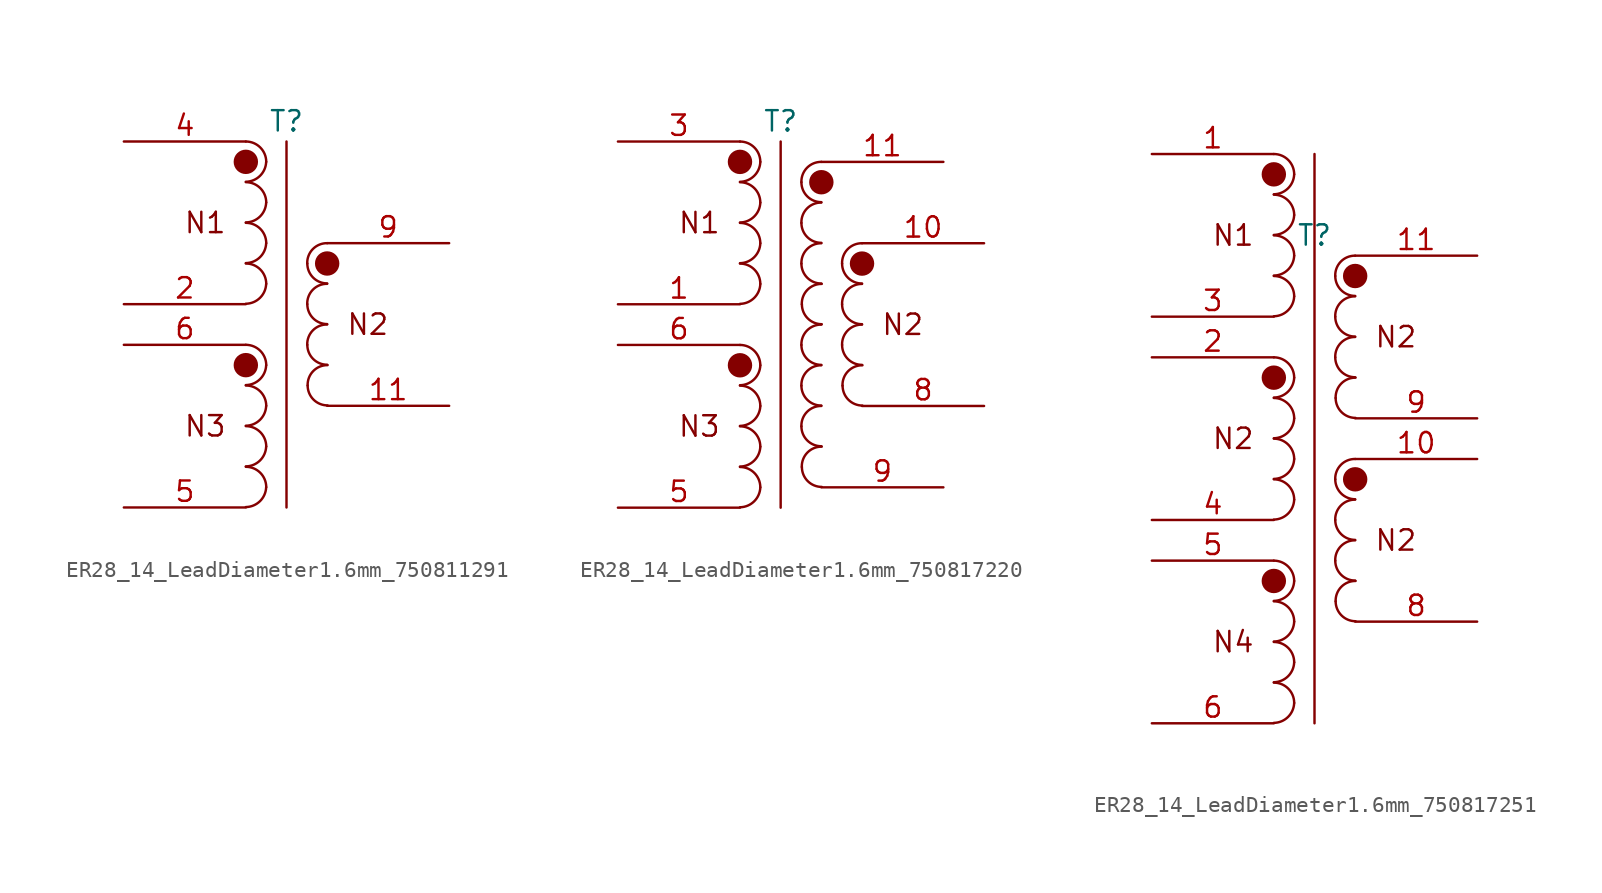
<source format=kicad_sym>
(kicad_symbol_lib
  (version 20220914)
  (generator kicad_symbol_editor)
  (symbol "ER28_14_LeadDiameter1.6mm_750811291"
    (pin_names hide)
    (property "Reference" "T"
      (at 0 12.7 0)
      (effects (font (size 1.27 1.27))))
    (symbol "ER28_14_LeadDiameter1.6mm_750811291_0_1"
      (arc (start -2.54 -11.4046) (mid -1.6561 -11.0363) (end -1.27 -10.16) (stroke (width 0) (type default)) (fill (type none)))
      (arc (start -2.54 -8.8646) (mid -1.6561 -8.4963) (end -1.27 -7.62) (stroke (width 0) (type default)) (fill (type none)))
      (arc (start -2.54 -6.3246) (mid -1.6561 -5.9563) (end -1.27 -5.08) (stroke (width 0) (type default)) (fill (type none)))
      (arc (start -2.54 -3.7846) (mid -1.6561 -3.4163) (end -1.27 -2.54) (stroke (width 0) (type default)) (fill (type none)))
      (arc (start -2.54 1.2954) (mid -1.6561 1.6637) (end -1.27 2.54) (stroke (width 0) (type default)) (fill (type none)))
      (arc (start -2.54 3.8354) (mid -1.6561 4.2037) (end -1.27 5.08) (stroke (width 0) (type default)) (fill (type none)))
      (arc (start -2.54 6.3754) (mid -1.6561 6.7437) (end -1.27 7.62) (stroke (width 0) (type default)) (fill (type none)))
      (arc (start -2.54 8.9154) (mid -1.6561 9.2837) (end -1.27 10.16) (stroke (width 0) (type default)) (fill (type none)))
      (arc (start -1.27 -10.16) (mid -1.642 -9.262) (end -2.54 -8.89) (stroke (width 0) (type default)) (fill (type none)))
      (arc (start -1.27 -7.62) (mid -1.642 -6.722) (end -2.54 -6.35) (stroke (width 0) (type default)) (fill (type none)))
      (arc (start -1.27 -5.08) (mid -1.642 -4.182) (end -2.54 -3.81) (stroke (width 0) (type default)) (fill (type none)))
      (arc (start -1.27 -2.54) (mid -1.642 -1.642) (end -2.54 -1.27) (stroke (width 0) (type default)) (fill (type none)))
      (arc (start -1.27 2.54) (mid -1.642 3.438) (end -2.54 3.81) (stroke (width 0) (type default)) (fill (type none)))
      (arc (start -1.27 5.08) (mid -1.642 5.978) (end -2.54 6.35) (stroke (width 0) (type default)) (fill (type none)))
      (arc (start -1.27 7.62) (mid -1.642 8.518) (end -2.54 8.89) (stroke (width 0) (type default)) (fill (type none)))
      (arc (start -1.27 10.16) (mid -1.642 11.058) (end -2.54 11.43) (stroke (width 0) (type default)) (fill (type none)))
      (polyline (pts (xy 0 11.43) (xy 0 -11.43)) (stroke (width 0) (type default)) (fill (type none)))
      (arc (start 1.2954 -1.27) (mid 1.6599 -2.1501) (end 2.54 -2.5146) (stroke (width 0) (type default)) (fill (type none)))
      (arc (start 1.2954 1.27) (mid 1.6599 0.3899) (end 2.54 0.0254) (stroke (width 0) (type default)) (fill (type none)))
      (arc (start 1.2954 3.81) (mid 1.6599 2.9299) (end 2.54 2.5654) (stroke (width 0) (type default)) (fill (type none)))
      (arc (start 1.3208 -3.81) (mid 1.6853 -4.6901) (end 2.5654 -5.0546) (stroke (width 0) (type default)) (fill (type none)))
      (arc (start 2.54 0) (mid 1.642 -0.372) (end 1.2954 -1.27) (stroke (width 0) (type default)) (fill (type none)))
      (arc (start 2.54 2.54) (mid 1.642 2.168) (end 1.2954 1.27) (stroke (width 0) (type default)) (fill (type none)))
      (arc (start 2.54 5.08) (mid 1.642 4.708) (end 1.2954 3.81) (stroke (width 0) (type default)) (fill (type none)))
      (arc (start 2.5654 -2.54) (mid 1.6674 -2.912) (end 1.3208 -3.81) (stroke (width 0) (type default)) (fill (type none))))
    (symbol "ER28_14_LeadDiameter1.6mm_750811291_1_1"
      (circle (center -2.54 -2.54) (radius 0.0001) (stroke (width 0.762) (type default)) (fill (type none)))
      (circle (center -2.54 10.16) (radius 0.0001) (stroke (width 0.762) (type default)) (fill (type none)))
      (circle (center 2.54 3.81) (radius 0.0001) (stroke (width 0.762) (type default)) (fill (type none)))
      (text "N1" (at -5.08 6.35 0) (effects (font (size 1.27 1.27))))
      (text "N2" (at 5.08 0 0) (effects (font (size 1.27 1.27))))
      (text "N3" (at -5.08 -6.35 0) (effects (font (size 1.27 1.27))))
      (pin passive line (at 10.16 -5.08 180) (length 7.62) (name "11" (effects (font (size 1.27 1.27)))) (number "11" (effects (font (size 1.27 1.27)))))
      (pin passive line (at -10.16 1.27 0) (length 7.62) (name "2" (effects (font (size 1.27 1.27)))) (number "2" (effects (font (size 1.27 1.27)))))
      (pin passive line (at -10.16 11.43 0) (length 7.62) (name "4" (effects (font (size 1.27 1.27)))) (number "4" (effects (font (size 1.27 1.27)))))
      (pin passive line (at -10.16 -11.43 0) (length 7.62) (name "5" (effects (font (size 1.27 1.27)))) (number "5" (effects (font (size 1.27 1.27)))))
      (pin passive line (at -10.16 -1.27 0) (length 7.62) (name "6" (effects (font (size 1.27 1.27)))) (number "6" (effects (font (size 1.27 1.27)))))
      (pin passive line (at 10.16 5.08 180) (length 7.62) (name "9" (effects (font (size 1.27 1.27)))) (number "9" (effects (font (size 1.27 1.27)))))))
  (symbol "ER28_14_LeadDiameter1.6mm_750817220"
    (pin_names hide)
    (property "Reference" "T"
      (at 0 12.7 0)
      (effects (font (size 1.27 1.27))))
    (symbol "ER28_14_LeadDiameter1.6mm_750817220_0_1"
      (arc (start -2.54 -11.4046) (mid -1.6561 -11.0363) (end -1.27 -10.16) (stroke (width 0) (type default)) (fill (type none)))
      (arc (start -2.54 -8.8646) (mid -1.6561 -8.4963) (end -1.27 -7.62) (stroke (width 0) (type default)) (fill (type none)))
      (arc (start -2.54 -6.3246) (mid -1.6561 -5.9563) (end -1.27 -5.08) (stroke (width 0) (type default)) (fill (type none)))
      (arc (start -2.54 -3.7846) (mid -1.6561 -3.4163) (end -1.27 -2.54) (stroke (width 0) (type default)) (fill (type none)))
      (arc (start -2.54 1.2954) (mid -1.6561 1.6637) (end -1.27 2.54) (stroke (width 0) (type default)) (fill (type none)))
      (arc (start -2.54 3.8354) (mid -1.6561 4.2037) (end -1.27 5.08) (stroke (width 0) (type default)) (fill (type none)))
      (arc (start -2.54 6.3754) (mid -1.6561 6.7437) (end -1.27 7.62) (stroke (width 0) (type default)) (fill (type none)))
      (arc (start -2.54 8.9154) (mid -1.6561 9.2837) (end -1.27 10.16) (stroke (width 0) (type default)) (fill (type none)))
      (arc (start -1.27 -10.16) (mid -1.642 -9.262) (end -2.54 -8.89) (stroke (width 0) (type default)) (fill (type none)))
      (arc (start -1.27 -7.62) (mid -1.642 -6.722) (end -2.54 -6.35) (stroke (width 0) (type default)) (fill (type none)))
      (arc (start -1.27 -5.08) (mid -1.642 -4.182) (end -2.54 -3.81) (stroke (width 0) (type default)) (fill (type none)))
      (arc (start -1.27 -2.54) (mid -1.642 -1.642) (end -2.54 -1.27) (stroke (width 0) (type default)) (fill (type none)))
      (arc (start -1.27 2.54) (mid -1.642 3.438) (end -2.54 3.81) (stroke (width 0) (type default)) (fill (type none)))
      (arc (start -1.27 5.08) (mid -1.642 5.978) (end -2.54 6.35) (stroke (width 0) (type default)) (fill (type none)))
      (arc (start -1.27 7.62) (mid -1.642 8.518) (end -2.54 8.89) (stroke (width 0) (type default)) (fill (type none)))
      (arc (start -1.27 10.16) (mid -1.642 11.058) (end -2.54 11.43) (stroke (width 0) (type default)) (fill (type none)))
      (polyline (pts (xy 0 11.43) (xy 0 -11.43)) (stroke (width 0) (type default)) (fill (type none)))
      (arc (start 1.2954 -6.35) (mid 1.6599 -7.2301) (end 2.54 -7.5946) (stroke (width 0) (type default)) (fill (type none)))
      (arc (start 1.2954 -3.81) (mid 1.6599 -4.6901) (end 2.54 -5.0546) (stroke (width 0) (type default)) (fill (type none)))
      (arc (start 1.2954 -1.27) (mid 1.6599 -2.1501) (end 2.54 -2.5146) (stroke (width 0) (type default)) (fill (type none)))
      (arc (start 1.2954 3.81) (mid 1.6599 2.9299) (end 2.54 2.5654) (stroke (width 0) (type default)) (fill (type none)))
      (arc (start 1.2954 6.35) (mid 1.6599 5.4699) (end 2.54 5.1054) (stroke (width 0) (type default)) (fill (type none)))
      (arc (start 1.2954 8.89) (mid 1.6599 8.0099) (end 2.54 7.6454) (stroke (width 0) (type default)) (fill (type none)))
      (arc (start 1.3208 -8.89) (mid 1.6854 -9.7699) (end 2.5654 -10.1346) (stroke (width 0) (type default)) (fill (type none)))
      (arc (start 1.3208 1.27) (mid 1.6854 0.3901) (end 2.5654 0.0254) (stroke (width 0) (type default)) (fill (type none)))
      (arc (start 2.54 -5.08) (mid 1.6458 -5.4485) (end 1.2954 -6.35) (stroke (width 0) (type default)) (fill (type none)))
      (arc (start 2.54 -2.54) (mid 1.6458 -2.9085) (end 1.2954 -3.81) (stroke (width 0) (type default)) (fill (type none)))
      (arc (start 2.54 0) (mid 1.6458 -0.3685) (end 1.2954 -1.27) (stroke (width 0) (type default)) (fill (type none)))
      (arc (start 2.54 5.08) (mid 1.6458 4.7115) (end 1.2954 3.81) (stroke (width 0) (type default)) (fill (type none)))
      (arc (start 2.54 7.62) (mid 1.6458 7.2515) (end 1.2954 6.35) (stroke (width 0) (type default)) (fill (type none)))
      (arc (start 2.54 10.16) (mid 1.6458 9.7915) (end 1.2954 8.89) (stroke (width 0) (type default)) (fill (type none)))
      (arc (start 2.5654 -7.62) (mid 1.6709 -7.9883) (end 1.3208 -8.89) (stroke (width 0) (type default)) (fill (type none)))
      (arc (start 2.5654 2.54) (mid 1.6709 2.1717) (end 1.3208 1.27) (stroke (width 0) (type default)) (fill (type none)))
      (arc (start 3.8354 -1.27) (mid 4.1999 -2.1501) (end 5.08 -2.5146) (stroke (width 0) (type default)) (fill (type none)))
      (arc (start 3.8354 1.27) (mid 4.1999 0.3899) (end 5.08 0.0254) (stroke (width 0) (type default)) (fill (type none)))
      (arc (start 3.8354 3.81) (mid 4.1999 2.9299) (end 5.08 2.5654) (stroke (width 0) (type default)) (fill (type none)))
      (arc (start 3.8608 -3.81) (mid 4.2253 -4.6903) (end 5.1054 -5.0546) (stroke (width 0) (type default)) (fill (type none)))
      (arc (start 5.08 0) (mid 4.1858 -0.3685) (end 3.8354 -1.27) (stroke (width 0) (type default)) (fill (type none)))
      (arc (start 5.08 2.54) (mid 4.1858 2.1715) (end 3.8354 1.27) (stroke (width 0) (type default)) (fill (type none)))
      (arc (start 5.08 5.08) (mid 4.1858 4.7115) (end 3.8354 3.81) (stroke (width 0) (type default)) (fill (type none)))
      (arc (start 5.1054 -2.54) (mid 4.2109 -2.9083) (end 3.8608 -3.81) (stroke (width 0) (type default)) (fill (type none))))
    (symbol "ER28_14_LeadDiameter1.6mm_750817220_1_1"
      (circle (center -2.54 -2.54) (radius 0.0001) (stroke (width 0.762) (type default)) (fill (type none)))
      (circle (center -2.54 10.16) (radius 0.0001) (stroke (width 0.762) (type default)) (fill (type none)))
      (circle (center 2.54 8.89) (radius 0.0001) (stroke (width 0.762) (type default)) (fill (type none)))
      (circle (center 5.08 3.81) (radius 0.0001) (stroke (width 0.762) (type default)) (fill (type none)))
      (text "N1" (at -5.08 6.35 0) (effects (font (size 1.27 1.27))))
      (text "N2" (at 7.62 0 0) (effects (font (size 1.27 1.27))))
      (text "N3" (at -5.08 -6.35 0) (effects (font (size 1.27 1.27))))
      (pin passive line (at -10.16 1.27 0) (length 7.62) (name "1" (effects (font (size 1.27 1.27)))) (number "1" (effects (font (size 1.27 1.27)))))
      (pin passive line (at 12.7 5.08 180) (length 7.62) (name "10" (effects (font (size 1.27 1.27)))) (number "10" (effects (font (size 1.27 1.27)))))
      (pin passive line (at 10.16 10.16 180) (length 7.62) (name "11" (effects (font (size 1.27 1.27)))) (number "11" (effects (font (size 1.27 1.27)))))
      (pin passive line (at -10.16 11.43 0) (length 7.62) (name "3" (effects (font (size 1.27 1.27)))) (number "3" (effects (font (size 1.27 1.27)))))
      (pin passive line (at -10.16 -11.43 0) (length 7.62) (name "5" (effects (font (size 1.27 1.27)))) (number "5" (effects (font (size 1.27 1.27)))))
      (pin passive line (at -10.16 -1.27 0) (length 7.62) (name "6" (effects (font (size 1.27 1.27)))) (number "6" (effects (font (size 1.27 1.27)))))
      (pin passive line (at 12.7 -5.08 180) (length 7.62) (name "8" (effects (font (size 1.27 1.27)))) (number "8" (effects (font (size 1.27 1.27)))))
      (pin passive line (at 10.16 -10.16 180) (length 7.62) (name "9" (effects (font (size 1.27 1.27)))) (number "9" (effects (font (size 1.27 1.27)))))))
  (symbol "ER28_14_LeadDiameter1.6mm_750817251"
    (pin_names hide)
    (property "Reference" "T"
      (at 0 12.7 0)
      (effects (font (size 1.27 1.27))))
    (symbol "ER28_14_LeadDiameter1.6mm_750817251_0_1"
      (arc (start -2.54 -17.7546) (mid -1.6561 -17.3863) (end -1.27 -16.51) (stroke (width 0) (type default)) (fill (type none)))
      (arc (start -2.54 -15.2146) (mid -1.6561 -14.8463) (end -1.27 -13.97) (stroke (width 0) (type default)) (fill (type none)))
      (arc (start -2.54 -12.6746) (mid -1.6561 -12.3063) (end -1.27 -11.43) (stroke (width 0) (type default)) (fill (type none)))
      (arc (start -2.54 -10.1346) (mid -1.6561 -9.7663) (end -1.27 -8.89) (stroke (width 0) (type default)) (fill (type none)))
      (arc (start -2.54 -5.0546) (mid -1.6599 -4.6901) (end -1.27 -3.81) (stroke (width 0) (type default)) (fill (type none)))
      (arc (start -2.54 -2.5146) (mid -1.6599 -2.1501) (end -1.27 -1.27) (stroke (width 0) (type default)) (fill (type none)))
      (arc (start -2.54 0.0254) (mid -1.6599 0.3899) (end -1.27 1.27) (stroke (width 0) (type default)) (fill (type none)))
      (arc (start -2.54 2.5654) (mid -1.6599 2.9299) (end -1.27 3.81) (stroke (width 0) (type default)) (fill (type none)))
      (arc (start -2.54 7.6454) (mid -1.6561 8.0137) (end -1.27 8.89) (stroke (width 0) (type default)) (fill (type none)))
      (arc (start -2.54 10.1854) (mid -1.6561 10.5537) (end -1.27 11.43) (stroke (width 0) (type default)) (fill (type none)))
      (arc (start -2.54 12.7254) (mid -1.6561 13.0937) (end -1.27 13.97) (stroke (width 0) (type default)) (fill (type none)))
      (arc (start -2.54 15.2654) (mid -1.6561 15.6337) (end -1.27 16.51) (stroke (width 0) (type default)) (fill (type none)))
      (arc (start -1.27 -16.51) (mid -1.642 -15.612) (end -2.54 -15.24) (stroke (width 0) (type default)) (fill (type none)))
      (arc (start -1.27 -13.97) (mid -1.642 -13.072) (end -2.54 -12.7) (stroke (width 0) (type default)) (fill (type none)))
      (arc (start -1.27 -11.43) (mid -1.642 -10.532) (end -2.54 -10.16) (stroke (width 0) (type default)) (fill (type none)))
      (arc (start -1.27 -8.89) (mid -1.642 -7.992) (end -2.54 -7.62) (stroke (width 0) (type default)) (fill (type none)))
      (arc (start -1.27 -3.81) (mid -1.642 -2.912) (end -2.54 -2.54) (stroke (width 0) (type default)) (fill (type none)))
      (arc (start -1.27 -1.27) (mid -1.642 -0.372) (end -2.54 0) (stroke (width 0) (type default)) (fill (type none)))
      (arc (start -1.27 1.27) (mid -1.642 2.168) (end -2.54 2.54) (stroke (width 0) (type default)) (fill (type none)))
      (arc (start -1.27 3.81) (mid -1.642 4.708) (end -2.54 5.08) (stroke (width 0) (type default)) (fill (type none)))
      (arc (start -1.27 8.89) (mid -1.642 9.788) (end -2.54 10.16) (stroke (width 0) (type default)) (fill (type none)))
      (arc (start -1.27 11.43) (mid -1.642 12.328) (end -2.54 12.7) (stroke (width 0) (type default)) (fill (type none)))
      (arc (start -1.27 13.97) (mid -1.642 14.868) (end -2.54 15.24) (stroke (width 0) (type default)) (fill (type none)))
      (arc (start -1.27 16.51) (mid -1.642 17.408) (end -2.54 17.78) (stroke (width 0) (type default)) (fill (type none)))
      (polyline (pts (xy 0 17.78) (xy 0 -17.78)) (stroke (width 0) (type default)) (fill (type none)))
      (arc (start 1.2954 -7.62) (mid 1.6599 -8.5001) (end 2.54 -8.8646) (stroke (width 0) (type default)) (fill (type none)))
      (arc (start 1.2954 -5.08) (mid 1.6599 -5.9601) (end 2.54 -6.3246) (stroke (width 0) (type default)) (fill (type none)))
      (arc (start 1.2954 -2.54) (mid 1.6599 -3.4201) (end 2.54 -3.7846) (stroke (width 0) (type default)) (fill (type none)))
      (arc (start 1.2954 5.08) (mid 1.6599 4.1999) (end 2.54 3.8354) (stroke (width 0) (type default)) (fill (type none)))
      (arc (start 1.2954 7.62) (mid 1.6599 6.7399) (end 2.54 6.3754) (stroke (width 0) (type default)) (fill (type none)))
      (arc (start 1.2954 10.16) (mid 1.6599 9.2799) (end 2.54 8.9154) (stroke (width 0) (type default)) (fill (type none)))
      (arc (start 1.3208 -10.16) (mid 1.6855 -11.0399) (end 2.5654 -11.4046) (stroke (width 0) (type default)) (fill (type none)))
      (arc (start 1.3208 2.54) (mid 1.6854 1.6601) (end 2.5654 1.2954) (stroke (width 0) (type default)) (fill (type none)))
      (arc (start 2.54 -6.35) (mid 1.6458 -6.7185) (end 1.2954 -7.62) (stroke (width 0) (type default)) (fill (type none)))
      (arc (start 2.54 -3.81) (mid 1.6458 -4.1785) (end 1.2954 -5.08) (stroke (width 0) (type default)) (fill (type none)))
      (arc (start 2.54 -1.27) (mid 1.6458 -1.6385) (end 1.2954 -2.54) (stroke (width 0) (type default)) (fill (type none)))
      (arc (start 2.54 6.35) (mid 1.6458 5.9815) (end 1.2954 5.08) (stroke (width 0) (type default)) (fill (type none)))
      (arc (start 2.54 8.89) (mid 1.6458 8.5215) (end 1.2954 7.62) (stroke (width 0) (type default)) (fill (type none)))
      (arc (start 2.54 11.43) (mid 1.6458 11.0615) (end 1.2954 10.16) (stroke (width 0) (type default)) (fill (type none)))
      (arc (start 2.5654 -8.89) (mid 1.6709 -9.2583) (end 1.3208 -10.16) (stroke (width 0) (type default)) (fill (type none)))
      (arc (start 2.5654 3.81) (mid 1.6709 3.4417) (end 1.3208 2.54) (stroke (width 0) (type default)) (fill (type none))))
    (symbol "ER28_14_LeadDiameter1.6mm_750817251_1_1"
      (circle (center -2.54 -8.89) (radius 0.0001) (stroke (width 0.762) (type default)) (fill (type none)))
      (circle (center -2.54 3.81) (radius 0.0001) (stroke (width 0.762) (type default)) (fill (type none)))
      (circle (center -2.54 16.51) (radius 0.0001) (stroke (width 0.762) (type default)) (fill (type none)))
      (circle (center 2.54 -2.54) (radius 0.0001) (stroke (width 0.762) (type default)) (fill (type none)))
      (circle (center 2.54 10.16) (radius 0.0001) (stroke (width 0.762) (type default)) (fill (type none)))
      (text "N1" (at -5.08 12.7 0) (effects (font (size 1.27 1.27))))
      (text "N2" (at -5.08 0 0) (effects (font (size 1.27 1.27))))
      (text "N2" (at 5.08 -6.35 0) (effects (font (size 1.27 1.27))))
      (text "N2" (at 5.08 6.35 0) (effects (font (size 1.27 1.27))))
      (text "N4" (at -5.08 -12.7 0) (effects (font (size 1.27 1.27))))
      (pin passive line (at -10.16 17.78 0) (length 7.62) (name "1" (effects (font (size 1.27 1.27)))) (number "1" (effects (font (size 1.27 1.27)))))
      (pin passive line (at 10.16 -1.27 180) (length 7.62) (name "10" (effects (font (size 1.27 1.27)))) (number "10" (effects (font (size 1.27 1.27)))))
      (pin passive line (at 10.16 11.43 180) (length 7.62) (name "11" (effects (font (size 1.27 1.27)))) (number "11" (effects (font (size 1.27 1.27)))))
      (pin passive line (at -10.16 5.08 0) (length 7.62) (name "2" (effects (font (size 1.27 1.27)))) (number "2" (effects (font (size 1.27 1.27)))))
      (pin passive line (at -10.16 7.62 0) (length 7.62) (name "3" (effects (font (size 1.27 1.27)))) (number "3" (effects (font (size 1.27 1.27)))))
      (pin passive line (at -10.16 -5.08 0) (length 7.62) (name "4" (effects (font (size 1.27 1.27)))) (number "4" (effects (font (size 1.27 1.27)))))
      (pin passive line (at -10.16 -7.62 0) (length 7.62) (name "5" (effects (font (size 1.27 1.27)))) (number "5" (effects (font (size 1.27 1.27)))))
      (pin passive line (at -10.16 -17.78 0) (length 7.62) (name "6" (effects (font (size 1.27 1.27)))) (number "6" (effects (font (size 1.27 1.27)))))
      (pin passive line (at 10.16 -11.43 180) (length 7.62) (name "8" (effects (font (size 1.27 1.27)))) (number "8" (effects (font (size 1.27 1.27)))))
      (pin passive line (at 10.16 1.27 180) (length 7.62) (name "9" (effects (font (size 1.27 1.27)))) (number "9" (effects (font (size 1.27 1.27))))))))
</source>
